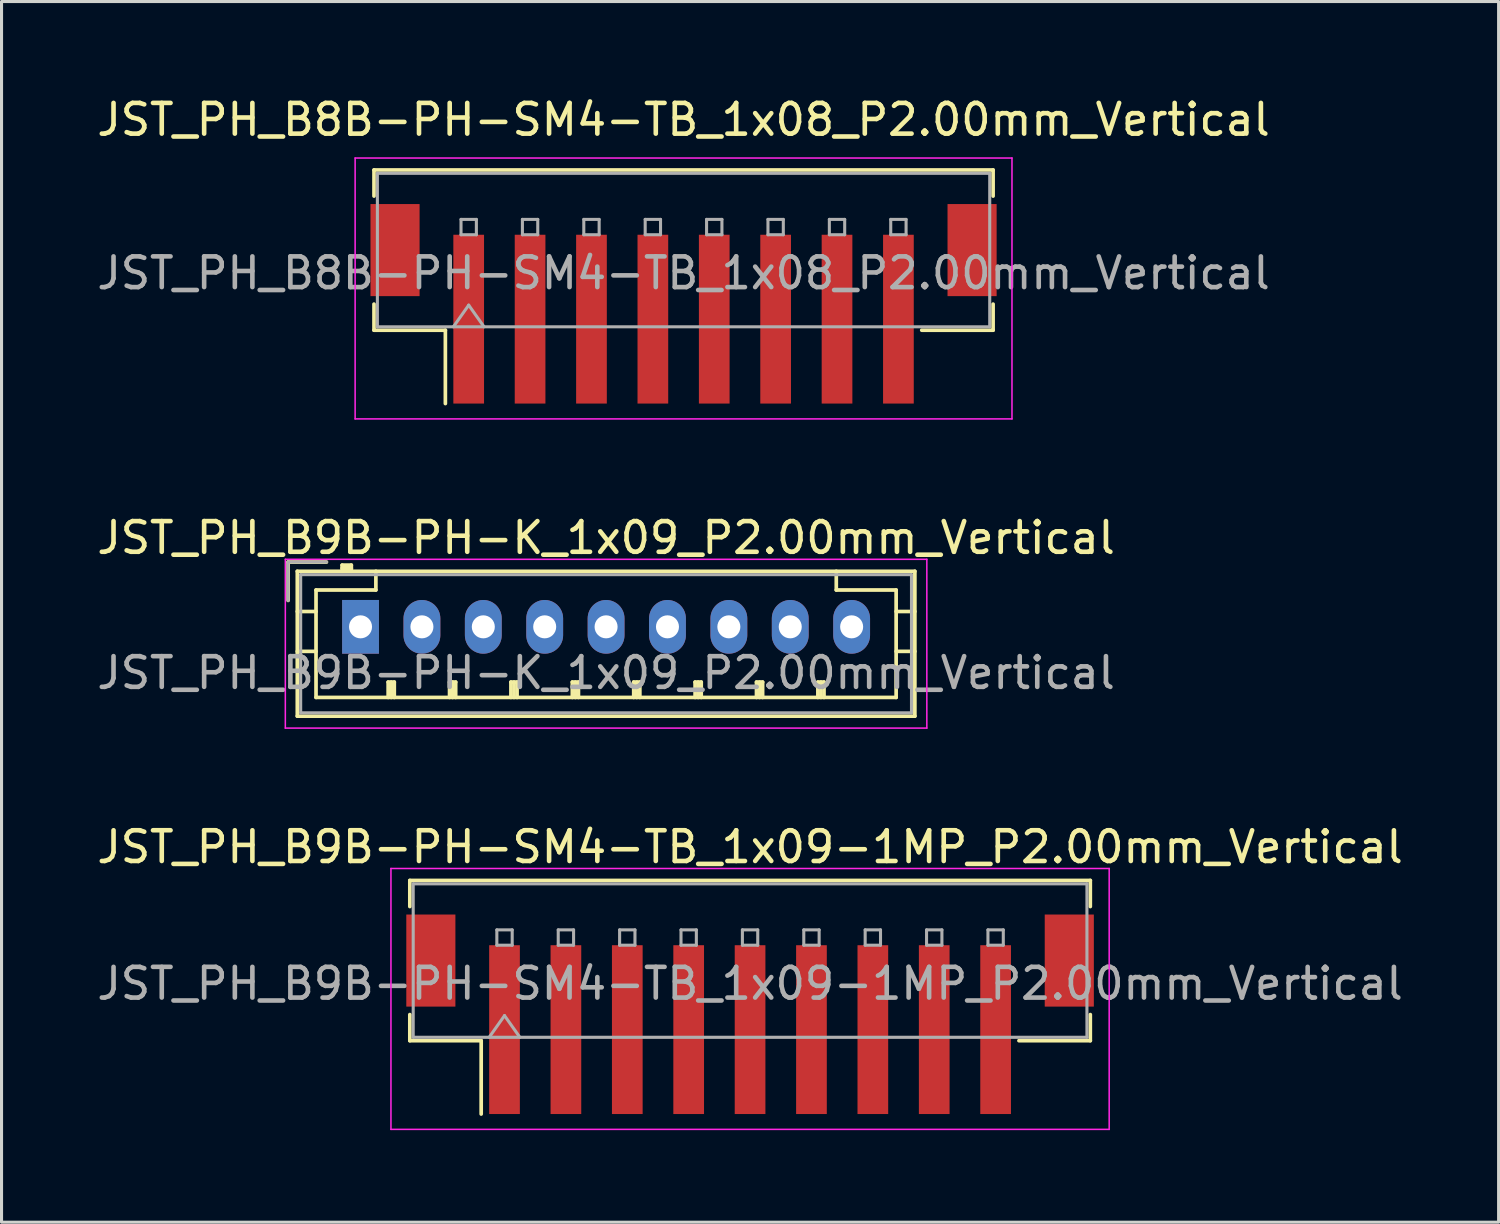
<source format=kicad_pcb>
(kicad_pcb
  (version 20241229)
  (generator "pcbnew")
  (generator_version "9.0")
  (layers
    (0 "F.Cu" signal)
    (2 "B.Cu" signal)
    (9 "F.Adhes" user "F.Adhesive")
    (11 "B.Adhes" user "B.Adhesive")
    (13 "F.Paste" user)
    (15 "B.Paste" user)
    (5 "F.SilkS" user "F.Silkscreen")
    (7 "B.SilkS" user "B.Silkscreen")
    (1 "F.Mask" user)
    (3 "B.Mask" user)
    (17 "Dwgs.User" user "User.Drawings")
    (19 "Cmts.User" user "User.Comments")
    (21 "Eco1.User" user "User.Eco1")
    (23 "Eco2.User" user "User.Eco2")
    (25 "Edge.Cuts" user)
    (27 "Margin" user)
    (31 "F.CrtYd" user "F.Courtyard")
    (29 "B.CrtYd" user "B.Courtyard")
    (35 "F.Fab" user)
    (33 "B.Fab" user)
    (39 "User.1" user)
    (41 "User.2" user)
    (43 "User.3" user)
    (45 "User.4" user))
  (footprint "JST_PH_B9B-PH-K_1x09_P2.00mm_Vertical"
    (layer "F.Cu")
    (at 8.696 17.372)
    (property "Reference" "JST_PH_B9B-PH-K_1x09_P2.00mm_Vertical" (at 8 -2.9 0) (layer "F.SilkS") (effects (font (size 1 1) (thickness 0.15))))
    (attr through_hole)
    (fp_line (start -2.36 -2.11) (end -2.36 -0.86) (stroke (width 0.12) (type solid)) (layer "F.SilkS"))
    (fp_line (start -2.06 -1.81) (end -2.06 2.91) (stroke (width 0.12) (type solid)) (layer "F.SilkS"))
    (fp_line (start -2.06 -0.5) (end -1.45 -0.5) (stroke (width 0.12) (type solid)) (layer "F.SilkS"))
    (fp_line (start -2.06 0.8) (end -1.45 0.8) (stroke (width 0.12) (type solid)) (layer "F.SilkS"))
    (fp_line (start -2.06 2.91) (end 18.06 2.91) (stroke (width 0.12) (type solid)) (layer "F.SilkS"))
    (fp_line (start -1.45 -1.2) (end -1.45 2.3) (stroke (width 0.12) (type solid)) (layer "F.SilkS"))
    (fp_line (start -1.45 2.3) (end 17.45 2.3) (stroke (width 0.12) (type solid)) (layer "F.SilkS"))
    (fp_line (start -1.11 -2.11) (end -2.36 -2.11) (stroke (width 0.12) (type solid)) (layer "F.SilkS"))
    (fp_line (start -0.6 -2.01) (end -0.6 -1.81) (stroke (width 0.12) (type solid)) (layer "F.SilkS"))
    (fp_line (start -0.3 -2.01) (end -0.6 -2.01) (stroke (width 0.12) (type solid)) (layer "F.SilkS"))
    (fp_line (start -0.3 -1.91) (end -0.6 -1.91) (stroke (width 0.12) (type solid)) (layer "F.SilkS"))
    (fp_line (start -0.3 -1.81) (end -0.3 -2.01) (stroke (width 0.12) (type solid)) (layer "F.SilkS"))
    (fp_line (start 0.5 -1.81) (end 0.5 -1.2) (stroke (width 0.12) (type solid)) (layer "F.SilkS"))
    (fp_line (start 0.5 -1.2) (end -1.45 -1.2) (stroke (width 0.12) (type solid)) (layer "F.SilkS"))
    (fp_line (start 0.9 1.8) (end 1.1 1.8) (stroke (width 0.12) (type solid)) (layer "F.SilkS"))
    (fp_line (start 0.9 2.3) (end 0.9 1.8) (stroke (width 0.12) (type solid)) (layer "F.SilkS"))
    (fp_line (start 1 2.3) (end 1 1.8) (stroke (width 0.12) (type solid)) (layer "F.SilkS"))
    (fp_line (start 1.1 1.8) (end 1.1 2.3) (stroke (width 0.12) (type solid)) (layer "F.SilkS"))
    (fp_line (start 2.9 1.8) (end 3.1 1.8) (stroke (width 0.12) (type solid)) (layer "F.SilkS"))
    (fp_line (start 2.9 2.3) (end 2.9 1.8) (stroke (width 0.12) (type solid)) (layer "F.SilkS"))
    (fp_line (start 3 2.3) (end 3 1.8) (stroke (width 0.12) (type solid)) (layer "F.SilkS"))
    (fp_line (start 3.1 1.8) (end 3.1 2.3) (stroke (width 0.12) (type solid)) (layer "F.SilkS"))
    (fp_line (start 4.9 1.8) (end 5.1 1.8) (stroke (width 0.12) (type solid)) (layer "F.SilkS"))
    (fp_line (start 4.9 2.3) (end 4.9 1.8) (stroke (width 0.12) (type solid)) (layer "F.SilkS"))
    (fp_line (start 5 2.3) (end 5 1.8) (stroke (width 0.12) (type solid)) (layer "F.SilkS"))
    (fp_line (start 5.1 1.8) (end 5.1 2.3) (stroke (width 0.12) (type solid)) (layer "F.SilkS"))
    (fp_line (start 6.9 1.8) (end 7.1 1.8) (stroke (width 0.12) (type solid)) (layer "F.SilkS"))
    (fp_line (start 6.9 2.3) (end 6.9 1.8) (stroke (width 0.12) (type solid)) (layer "F.SilkS"))
    (fp_line (start 7 2.3) (end 7 1.8) (stroke (width 0.12) (type solid)) (layer "F.SilkS"))
    (fp_line (start 7.1 1.8) (end 7.1 2.3) (stroke (width 0.12) (type solid)) (layer "F.SilkS"))
    (fp_line (start 8.9 1.8) (end 9.1 1.8) (stroke (width 0.12) (type solid)) (layer "F.SilkS"))
    (fp_line (start 8.9 2.3) (end 8.9 1.8) (stroke (width 0.12) (type solid)) (layer "F.SilkS"))
    (fp_line (start 9 2.3) (end 9 1.8) (stroke (width 0.12) (type solid)) (layer "F.SilkS"))
    (fp_line (start 9.1 1.8) (end 9.1 2.3) (stroke (width 0.12) (type solid)) (layer "F.SilkS"))
    (fp_line (start 10.9 1.8) (end 11.1 1.8) (stroke (width 0.12) (type solid)) (layer "F.SilkS"))
    (fp_line (start 10.9 2.3) (end 10.9 1.8) (stroke (width 0.12) (type solid)) (layer "F.SilkS"))
    (fp_line (start 11 2.3) (end 11 1.8) (stroke (width 0.12) (type solid)) (layer "F.SilkS"))
    (fp_line (start 11.1 1.8) (end 11.1 2.3) (stroke (width 0.12) (type solid)) (layer "F.SilkS"))
    (fp_line (start 12.9 1.8) (end 13.1 1.8) (stroke (width 0.12) (type solid)) (layer "F.SilkS"))
    (fp_line (start 12.9 2.3) (end 12.9 1.8) (stroke (width 0.12) (type solid)) (layer "F.SilkS"))
    (fp_line (start 13 2.3) (end 13 1.8) (stroke (width 0.12) (type solid)) (layer "F.SilkS"))
    (fp_line (start 13.1 1.8) (end 13.1 2.3) (stroke (width 0.12) (type solid)) (layer "F.SilkS"))
    (fp_line (start 14.9 1.8) (end 15.1 1.8) (stroke (width 0.12) (type solid)) (layer "F.SilkS"))
    (fp_line (start 14.9 2.3) (end 14.9 1.8) (stroke (width 0.12) (type solid)) (layer "F.SilkS"))
    (fp_line (start 15 2.3) (end 15 1.8) (stroke (width 0.12) (type solid)) (layer "F.SilkS"))
    (fp_line (start 15.1 1.8) (end 15.1 2.3) (stroke (width 0.12) (type solid)) (layer "F.SilkS"))
    (fp_line (start 15.5 -1.2) (end 15.5 -1.81) (stroke (width 0.12) (type solid)) (layer "F.SilkS"))
    (fp_line (start 17.45 -1.2) (end 15.5 -1.2) (stroke (width 0.12) (type solid)) (layer "F.SilkS"))
    (fp_line (start 17.45 2.3) (end 17.45 -1.2) (stroke (width 0.12) (type solid)) (layer "F.SilkS"))
    (fp_line (start 18.06 -1.81) (end -2.06 -1.81) (stroke (width 0.12) (type solid)) (layer "F.SilkS"))
    (fp_line (start 18.06 -0.5) (end 17.45 -0.5) (stroke (width 0.12) (type solid)) (layer "F.SilkS"))
    (fp_line (start 18.06 0.8) (end 17.45 0.8) (stroke (width 0.12) (type solid)) (layer "F.SilkS"))
    (fp_line (start 18.06 2.91) (end 18.06 -1.81) (stroke (width 0.12) (type solid)) (layer "F.SilkS"))
    (fp_line (start -2.45 -2.2) (end -2.45 3.3) (stroke (width 0.05) (type solid)) (layer "F.CrtYd"))
    (fp_line (start -2.45 3.3) (end 18.45 3.3) (stroke (width 0.05) (type solid)) (layer "F.CrtYd"))
    (fp_line (start 18.45 -2.2) (end -2.45 -2.2) (stroke (width 0.05) (type solid)) (layer "F.CrtYd"))
    (fp_line (start 18.45 3.3) (end 18.45 -2.2) (stroke (width 0.05) (type solid)) (layer "F.CrtYd"))
    (fp_line (start -2.36 -2.11) (end -2.36 -0.86) (stroke (width 0.1) (type solid)) (layer "F.Fab"))
    (fp_line (start -1.95 -1.7) (end -1.95 2.8) (stroke (width 0.1) (type solid)) (layer "F.Fab"))
    (fp_line (start -1.95 2.8) (end 17.95 2.8) (stroke (width 0.1) (type solid)) (layer "F.Fab"))
    (fp_line (start -1.11 -2.11) (end -2.36 -2.11) (stroke (width 0.1) (type solid)) (layer "F.Fab"))
    (fp_line (start 17.95 -1.7) (end -1.95 -1.7) (stroke (width 0.1) (type solid)) (layer "F.Fab"))
    (fp_line (start 17.95 2.8) (end 17.95 -1.7) (stroke (width 0.1) (type solid)) (layer "F.Fab"))
    (fp_text user "${REFERENCE}" (at 8 1.5 0) (layer "F.Fab") (effects (font (size 1 1) (thickness 0.15))))
    (pad "1" thru_hole rect (at 0 0) (size 1.2 1.75) (drill 0.75) (layers "*.Cu" "*.Mask"))
    (pad "2" thru_hole oval (at 2 0) (size 1.2 1.75) (drill 0.75) (layers "*.Cu" "*.Mask"))
    (pad "3" thru_hole oval (at 4 0) (size 1.2 1.75) (drill 0.75) (layers "*.Cu" "*.Mask"))
    (pad "4" thru_hole oval (at 6 0) (size 1.2 1.75) (drill 0.75) (layers "*.Cu" "*.Mask"))
    (pad "5" thru_hole oval (at 8 0) (size 1.2 1.75) (drill 0.75) (layers "*.Cu" "*.Mask"))
    (pad "6" thru_hole oval (at 10 0) (size 1.2 1.75) (drill 0.75) (layers "*.Cu" "*.Mask"))
    (pad "7" thru_hole oval (at 12 0) (size 1.2 1.75) (drill 0.75) (layers "*.Cu" "*.Mask"))
    (pad "8" thru_hole oval (at 14 0) (size 1.2 1.75) (drill 0.75) (layers "*.Cu" "*.Mask"))
    (pad "9" thru_hole oval (at 16 0) (size 1.2 1.75) (drill 0.75) (layers "*.Cu" "*.Mask")))
  (footprint "JST_PH_B8B-PH-SM4-TB_1x08_P2.00mm_Vertical"
    (layer "F.Cu")
    (at 19.22 6.848)
    (property "Reference" "JST_PH_B8B-PH-SM4-TB_1x08_P2.00mm_Vertical" (at 0 -6 0) (layer "F.SilkS") (effects (font (size 1 1) (thickness 0.15))))
    (attr smd)
    (fp_line (start -10.085 -4.36) (end 10.085 -4.36) (stroke (width 0.12) (type solid)) (layer "F.SilkS"))
    (fp_line (start -10.085 -3.51) (end -10.085 -4.36) (stroke (width 0.12) (type solid)) (layer "F.SilkS"))
    (fp_line (start -10.085 0.01) (end -10.085 0.86) (stroke (width 0.12) (type solid)) (layer "F.SilkS"))
    (fp_line (start -10.085 0.86) (end -7.76 0.86) (stroke (width 0.12) (type solid)) (layer "F.SilkS"))
    (fp_line (start -7.76 0.86) (end -7.76 3.25) (stroke (width 0.12) (type solid)) (layer "F.SilkS"))
    (fp_line (start 10.085 -4.36) (end 10.085 -3.51) (stroke (width 0.12) (type solid)) (layer "F.SilkS"))
    (fp_line (start 10.085 0.01) (end 10.085 0.86) (stroke (width 0.12) (type solid)) (layer "F.SilkS"))
    (fp_line (start 10.085 0.86) (end 7.76 0.86) (stroke (width 0.12) (type solid)) (layer "F.SilkS"))
    (fp_line (start -10.7 -4.75) (end -10.7 3.75) (stroke (width 0.05) (type solid)) (layer "F.CrtYd"))
    (fp_line (start -10.7 3.75) (end 10.7 3.75) (stroke (width 0.05) (type solid)) (layer "F.CrtYd"))
    (fp_line (start 10.7 -4.75) (end -10.7 -4.75) (stroke (width 0.05) (type solid)) (layer "F.CrtYd"))
    (fp_line (start 10.7 3.75) (end 10.7 -4.75) (stroke (width 0.05) (type solid)) (layer "F.CrtYd"))
    (fp_line (start -9.975 -4.25) (end 9.975 -4.25) (stroke (width 0.1) (type solid)) (layer "F.Fab"))
    (fp_line (start -9.975 0.75) (end -9.975 -4.25) (stroke (width 0.1) (type solid)) (layer "F.Fab"))
    (fp_line (start -9.975 0.75) (end 9.975 0.75) (stroke (width 0.1) (type solid)) (layer "F.Fab"))
    (fp_line (start -7.5 0.75) (end -7 0.043) (stroke (width 0.1) (type solid)) (layer "F.Fab"))
    (fp_line (start -7.25 -2.75) (end -7.25 -2.25) (stroke (width 0.1) (type solid)) (layer "F.Fab"))
    (fp_line (start -7.25 -2.25) (end -6.75 -2.25) (stroke (width 0.1) (type solid)) (layer "F.Fab"))
    (fp_line (start -7 0.043) (end -6.5 0.75) (stroke (width 0.1) (type solid)) (layer "F.Fab"))
    (fp_line (start -6.75 -2.75) (end -7.25 -2.75) (stroke (width 0.1) (type solid)) (layer "F.Fab"))
    (fp_line (start -6.75 -2.25) (end -6.75 -2.75) (stroke (width 0.1) (type solid)) (layer "F.Fab"))
    (fp_line (start -5.25 -2.75) (end -5.25 -2.25) (stroke (width 0.1) (type solid)) (layer "F.Fab"))
    (fp_line (start -5.25 -2.25) (end -4.75 -2.25) (stroke (width 0.1) (type solid)) (layer "F.Fab"))
    (fp_line (start -4.75 -2.75) (end -5.25 -2.75) (stroke (width 0.1) (type solid)) (layer "F.Fab"))
    (fp_line (start -4.75 -2.25) (end -4.75 -2.75) (stroke (width 0.1) (type solid)) (layer "F.Fab"))
    (fp_line (start -3.25 -2.75) (end -3.25 -2.25) (stroke (width 0.1) (type solid)) (layer "F.Fab"))
    (fp_line (start -3.25 -2.25) (end -2.75 -2.25) (stroke (width 0.1) (type solid)) (layer "F.Fab"))
    (fp_line (start -2.75 -2.75) (end -3.25 -2.75) (stroke (width 0.1) (type solid)) (layer "F.Fab"))
    (fp_line (start -2.75 -2.25) (end -2.75 -2.75) (stroke (width 0.1) (type solid)) (layer "F.Fab"))
    (fp_line (start -1.25 -2.75) (end -1.25 -2.25) (stroke (width 0.1) (type solid)) (layer "F.Fab"))
    (fp_line (start -1.25 -2.25) (end -0.75 -2.25) (stroke (width 0.1) (type solid)) (layer "F.Fab"))
    (fp_line (start -0.75 -2.75) (end -1.25 -2.75) (stroke (width 0.1) (type solid)) (layer "F.Fab"))
    (fp_line (start -0.75 -2.25) (end -0.75 -2.75) (stroke (width 0.1) (type solid)) (layer "F.Fab"))
    (fp_line (start 0.75 -2.75) (end 0.75 -2.25) (stroke (width 0.1) (type solid)) (layer "F.Fab"))
    (fp_line (start 0.75 -2.25) (end 1.25 -2.25) (stroke (width 0.1) (type solid)) (layer "F.Fab"))
    (fp_line (start 1.25 -2.75) (end 0.75 -2.75) (stroke (width 0.1) (type solid)) (layer "F.Fab"))
    (fp_line (start 1.25 -2.25) (end 1.25 -2.75) (stroke (width 0.1) (type solid)) (layer "F.Fab"))
    (fp_line (start 2.75 -2.75) (end 2.75 -2.25) (stroke (width 0.1) (type solid)) (layer "F.Fab"))
    (fp_line (start 2.75 -2.25) (end 3.25 -2.25) (stroke (width 0.1) (type solid)) (layer "F.Fab"))
    (fp_line (start 3.25 -2.75) (end 2.75 -2.75) (stroke (width 0.1) (type solid)) (layer "F.Fab"))
    (fp_line (start 3.25 -2.25) (end 3.25 -2.75) (stroke (width 0.1) (type solid)) (layer "F.Fab"))
    (fp_line (start 4.75 -2.75) (end 4.75 -2.25) (stroke (width 0.1) (type solid)) (layer "F.Fab"))
    (fp_line (start 4.75 -2.25) (end 5.25 -2.25) (stroke (width 0.1) (type solid)) (layer "F.Fab"))
    (fp_line (start 5.25 -2.75) (end 4.75 -2.75) (stroke (width 0.1) (type solid)) (layer "F.Fab"))
    (fp_line (start 5.25 -2.25) (end 5.25 -2.75) (stroke (width 0.1) (type solid)) (layer "F.Fab"))
    (fp_line (start 6.75 -2.75) (end 6.75 -2.25) (stroke (width 0.1) (type solid)) (layer "F.Fab"))
    (fp_line (start 6.75 -2.25) (end 7.25 -2.25) (stroke (width 0.1) (type solid)) (layer "F.Fab"))
    (fp_line (start 7.25 -2.75) (end 6.75 -2.75) (stroke (width 0.1) (type solid)) (layer "F.Fab"))
    (fp_line (start 7.25 -2.25) (end 7.25 -2.75) (stroke (width 0.1) (type solid)) (layer "F.Fab"))
    (fp_line (start 9.975 0.75) (end 9.975 -4.25) (stroke (width 0.1) (type solid)) (layer "F.Fab"))
    (fp_text user "${REFERENCE}" (at 0 -1 0) (layer "F.Fab") (effects (font (size 1 1) (thickness 0.15))))
    (pad "" smd rect (at -9.4 -1.75) (size 1.6 3) (layers "F.Cu" "F.Mask" "F.Paste"))
    (pad "" smd rect (at 9.4 -1.75) (size 1.6 3) (layers "F.Cu" "F.Mask" "F.Paste"))
    (pad "1" smd rect (at -7 0.5) (size 1 5.5) (layers "F.Cu" "F.Mask" "F.Paste"))
    (pad "2" smd rect (at -5 0.5) (size 1 5.5) (layers "F.Cu" "F.Mask" "F.Paste"))
    (pad "3" smd rect (at -3 0.5) (size 1 5.5) (layers "F.Cu" "F.Mask" "F.Paste"))
    (pad "4" smd rect (at -1 0.5) (size 1 5.5) (layers "F.Cu" "F.Mask" "F.Paste"))
    (pad "5" smd rect (at 1 0.5) (size 1 5.5) (layers "F.Cu" "F.Mask" "F.Paste"))
    (pad "6" smd rect (at 3 0.5) (size 1 5.5) (layers "F.Cu" "F.Mask" "F.Paste"))
    (pad "7" smd rect (at 5 0.5) (size 1 5.5) (layers "F.Cu" "F.Mask" "F.Paste"))
    (pad "8" smd rect (at 7 0.5) (size 1 5.5) (layers "F.Cu" "F.Mask" "F.Paste")))
  (footprint "JST_PH_B9B-PH-SM4-TB_1x09-1MP_P2.00mm_Vertical"
    (layer "F.Cu")
    (at 21.387 29.995)
    (property "Reference" "JST_PH_B9B-PH-SM4-TB_1x09-1MP_P2.00mm_Vertical" (at 0 -5.45 0) (layer "F.SilkS") (effects (font (size 1 1) (thickness 0.15))))
    (attr smd)
    (fp_line (start -11.085 -4.36) (end 11.085 -4.36) (stroke (width 0.12) (type solid)) (layer "F.SilkS"))
    (fp_line (start -11.085 -3.51) (end -11.085 -4.36) (stroke (width 0.12) (type solid)) (layer "F.SilkS"))
    (fp_line (start -11.085 0.01) (end -11.085 0.86) (stroke (width 0.12) (type solid)) (layer "F.SilkS"))
    (fp_line (start -11.085 0.86) (end -8.76 0.86) (stroke (width 0.12) (type solid)) (layer "F.SilkS"))
    (fp_line (start -8.76 0.86) (end -8.76 3.25) (stroke (width 0.12) (type solid)) (layer "F.SilkS"))
    (fp_line (start 11.085 -4.36) (end 11.085 -3.51) (stroke (width 0.12) (type solid)) (layer "F.SilkS"))
    (fp_line (start 11.085 0.01) (end 11.085 0.86) (stroke (width 0.12) (type solid)) (layer "F.SilkS"))
    (fp_line (start 11.085 0.86) (end 8.76 0.86) (stroke (width 0.12) (type solid)) (layer "F.SilkS"))
    (fp_line (start -11.7 -4.75) (end -11.7 3.75) (stroke (width 0.05) (type solid)) (layer "F.CrtYd"))
    (fp_line (start -11.7 3.75) (end 11.7 3.75) (stroke (width 0.05) (type solid)) (layer "F.CrtYd"))
    (fp_line (start 11.7 -4.75) (end -11.7 -4.75) (stroke (width 0.05) (type solid)) (layer "F.CrtYd"))
    (fp_line (start 11.7 3.75) (end 11.7 -4.75) (stroke (width 0.05) (type solid)) (layer "F.CrtYd"))
    (fp_line (start -10.975 -4.25) (end 10.975 -4.25) (stroke (width 0.1) (type solid)) (layer "F.Fab"))
    (fp_line (start -10.975 0.75) (end -10.975 -4.25) (stroke (width 0.1) (type solid)) (layer "F.Fab"))
    (fp_line (start -10.975 0.75) (end 10.975 0.75) (stroke (width 0.1) (type solid)) (layer "F.Fab"))
    (fp_line (start -8.5 0.75) (end -8 0.043) (stroke (width 0.1) (type solid)) (layer "F.Fab"))
    (fp_line (start -8.25 -2.75) (end -8.25 -2.25) (stroke (width 0.1) (type solid)) (layer "F.Fab"))
    (fp_line (start -8.25 -2.25) (end -7.75 -2.25) (stroke (width 0.1) (type solid)) (layer "F.Fab"))
    (fp_line (start -8 0.043) (end -7.5 0.75) (stroke (width 0.1) (type solid)) (layer "F.Fab"))
    (fp_line (start -7.75 -2.75) (end -8.25 -2.75) (stroke (width 0.1) (type solid)) (layer "F.Fab"))
    (fp_line (start -7.75 -2.25) (end -7.75 -2.75) (stroke (width 0.1) (type solid)) (layer "F.Fab"))
    (fp_line (start -6.25 -2.75) (end -6.25 -2.25) (stroke (width 0.1) (type solid)) (layer "F.Fab"))
    (fp_line (start -6.25 -2.25) (end -5.75 -2.25) (stroke (width 0.1) (type solid)) (layer "F.Fab"))
    (fp_line (start -5.75 -2.75) (end -6.25 -2.75) (stroke (width 0.1) (type solid)) (layer "F.Fab"))
    (fp_line (start -5.75 -2.25) (end -5.75 -2.75) (stroke (width 0.1) (type solid)) (layer "F.Fab"))
    (fp_line (start -4.25 -2.75) (end -4.25 -2.25) (stroke (width 0.1) (type solid)) (layer "F.Fab"))
    (fp_line (start -4.25 -2.25) (end -3.75 -2.25) (stroke (width 0.1) (type solid)) (layer "F.Fab"))
    (fp_line (start -3.75 -2.75) (end -4.25 -2.75) (stroke (width 0.1) (type solid)) (layer "F.Fab"))
    (fp_line (start -3.75 -2.25) (end -3.75 -2.75) (stroke (width 0.1) (type solid)) (layer "F.Fab"))
    (fp_line (start -2.25 -2.75) (end -2.25 -2.25) (stroke (width 0.1) (type solid)) (layer "F.Fab"))
    (fp_line (start -2.25 -2.25) (end -1.75 -2.25) (stroke (width 0.1) (type solid)) (layer "F.Fab"))
    (fp_line (start -1.75 -2.75) (end -2.25 -2.75) (stroke (width 0.1) (type solid)) (layer "F.Fab"))
    (fp_line (start -1.75 -2.25) (end -1.75 -2.75) (stroke (width 0.1) (type solid)) (layer "F.Fab"))
    (fp_line (start -0.25 -2.75) (end -0.25 -2.25) (stroke (width 0.1) (type solid)) (layer "F.Fab"))
    (fp_line (start -0.25 -2.25) (end 0.25 -2.25) (stroke (width 0.1) (type solid)) (layer "F.Fab"))
    (fp_line (start 0.25 -2.75) (end -0.25 -2.75) (stroke (width 0.1) (type solid)) (layer "F.Fab"))
    (fp_line (start 0.25 -2.25) (end 0.25 -2.75) (stroke (width 0.1) (type solid)) (layer "F.Fab"))
    (fp_line (start 1.75 -2.75) (end 1.75 -2.25) (stroke (width 0.1) (type solid)) (layer "F.Fab"))
    (fp_line (start 1.75 -2.25) (end 2.25 -2.25) (stroke (width 0.1) (type solid)) (layer "F.Fab"))
    (fp_line (start 2.25 -2.75) (end 1.75 -2.75) (stroke (width 0.1) (type solid)) (layer "F.Fab"))
    (fp_line (start 2.25 -2.25) (end 2.25 -2.75) (stroke (width 0.1) (type solid)) (layer "F.Fab"))
    (fp_line (start 3.75 -2.75) (end 3.75 -2.25) (stroke (width 0.1) (type solid)) (layer "F.Fab"))
    (fp_line (start 3.75 -2.25) (end 4.25 -2.25) (stroke (width 0.1) (type solid)) (layer "F.Fab"))
    (fp_line (start 4.25 -2.75) (end 3.75 -2.75) (stroke (width 0.1) (type solid)) (layer "F.Fab"))
    (fp_line (start 4.25 -2.25) (end 4.25 -2.75) (stroke (width 0.1) (type solid)) (layer "F.Fab"))
    (fp_line (start 5.75 -2.75) (end 5.75 -2.25) (stroke (width 0.1) (type solid)) (layer "F.Fab"))
    (fp_line (start 5.75 -2.25) (end 6.25 -2.25) (stroke (width 0.1) (type solid)) (layer "F.Fab"))
    (fp_line (start 6.25 -2.75) (end 5.75 -2.75) (stroke (width 0.1) (type solid)) (layer "F.Fab"))
    (fp_line (start 6.25 -2.25) (end 6.25 -2.75) (stroke (width 0.1) (type solid)) (layer "F.Fab"))
    (fp_line (start 7.75 -2.75) (end 7.75 -2.25) (stroke (width 0.1) (type solid)) (layer "F.Fab"))
    (fp_line (start 7.75 -2.25) (end 8.25 -2.25) (stroke (width 0.1) (type solid)) (layer "F.Fab"))
    (fp_line (start 8.25 -2.75) (end 7.75 -2.75) (stroke (width 0.1) (type solid)) (layer "F.Fab"))
    (fp_line (start 8.25 -2.25) (end 8.25 -2.75) (stroke (width 0.1) (type solid)) (layer "F.Fab"))
    (fp_line (start 10.975 0.75) (end 10.975 -4.25) (stroke (width 0.1) (type solid)) (layer "F.Fab"))
    (fp_text user "${REFERENCE}" (at 0 -1 0) (layer "F.Fab") (effects (font (size 1 1) (thickness 0.15))))
    (pad "1" smd rect (at -8 0.5) (size 1 5.5) (layers "F.Cu" "F.Mask" "F.Paste"))
    (pad "2" smd rect (at -6 0.5) (size 1 5.5) (layers "F.Cu" "F.Mask" "F.Paste"))
    (pad "3" smd rect (at -4 0.5) (size 1 5.5) (layers "F.Cu" "F.Mask" "F.Paste"))
    (pad "4" smd rect (at -2 0.5) (size 1 5.5) (layers "F.Cu" "F.Mask" "F.Paste"))
    (pad "5" smd rect (at 0 0.5) (size 1 5.5) (layers "F.Cu" "F.Mask" "F.Paste"))
    (pad "6" smd rect (at 2 0.5) (size 1 5.5) (layers "F.Cu" "F.Mask" "F.Paste"))
    (pad "7" smd rect (at 4 0.5) (size 1 5.5) (layers "F.Cu" "F.Mask" "F.Paste"))
    (pad "8" smd rect (at 6 0.5) (size 1 5.5) (layers "F.Cu" "F.Mask" "F.Paste"))
    (pad "9" smd rect (at 8 0.5) (size 1 5.5) (layers "F.Cu" "F.Mask" "F.Paste"))
    (pad "MP" smd rect (at -10.4 -1.75) (size 1.6 3) (layers "F.Cu" "F.Mask" "F.Paste"))
    (pad "MP" smd rect (at 10.4 -1.75) (size 1.6 3) (layers "F.Cu" "F.Mask" "F.Paste")))
  (gr_rect
    (start -3 -3)
    (end 45.774 36.77)
    (stroke (width 0.1) (type default))
    (fill no)
    (layer "Edge.Cuts")))
</source>
